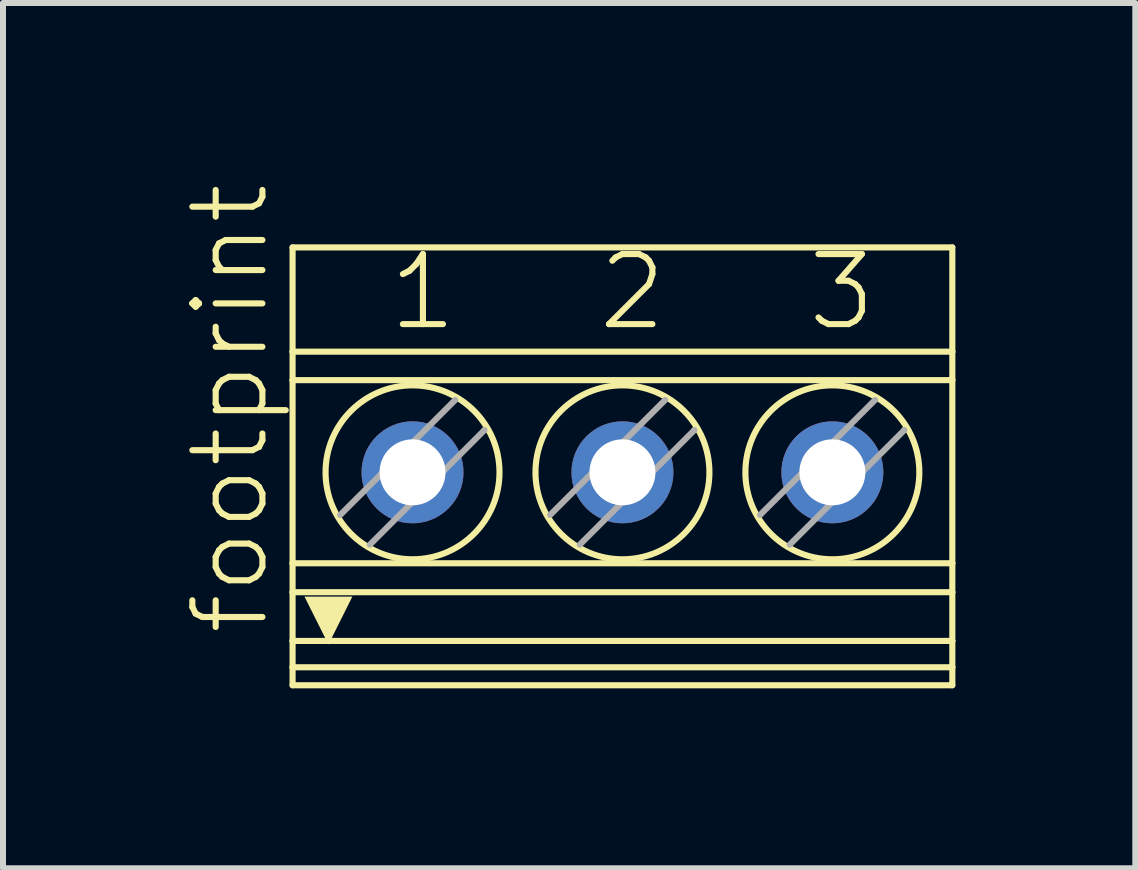
<source format=kicad_pcb>
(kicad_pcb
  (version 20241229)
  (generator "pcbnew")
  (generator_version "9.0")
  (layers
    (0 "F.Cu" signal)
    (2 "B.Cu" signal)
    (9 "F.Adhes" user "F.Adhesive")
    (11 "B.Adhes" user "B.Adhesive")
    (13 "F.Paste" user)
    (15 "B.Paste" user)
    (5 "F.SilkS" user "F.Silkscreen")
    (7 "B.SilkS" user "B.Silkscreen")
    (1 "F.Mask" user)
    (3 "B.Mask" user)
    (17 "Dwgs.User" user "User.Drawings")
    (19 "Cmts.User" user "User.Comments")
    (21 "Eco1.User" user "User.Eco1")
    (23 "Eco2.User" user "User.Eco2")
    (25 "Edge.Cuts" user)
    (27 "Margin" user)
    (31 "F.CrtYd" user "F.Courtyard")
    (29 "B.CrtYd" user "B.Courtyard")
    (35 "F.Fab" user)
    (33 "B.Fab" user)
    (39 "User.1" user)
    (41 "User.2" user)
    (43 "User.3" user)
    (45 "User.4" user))
  (footprint "footprint"
    (layer "F.Cu")
    (at 7.328 4.725)
    (property "Reference" "footprint" (at -5.855 2.857 90) (layer "F.SilkS") (effects (font (size 1.168 1.168) (thickness 0.102)) (justify left bottom)))
    (fp_line (start -5.5 -3.65) (end -5.5 -1.912) (stroke (width 0.102) (type solid)) (layer "F.SilkS"))
    (fp_line (start -5.5 -3.65) (end 5.5 -3.65) (stroke (width 0.102) (type solid)) (layer "F.SilkS"))
    (fp_line (start -5.5 -1.912) (end -5.5 -1.437) (stroke (width 0.102) (type solid)) (layer "F.SilkS"))
    (fp_line (start -5.5 -1.912) (end 5.5 -1.912) (stroke (width 0.102) (type solid)) (layer "F.SilkS"))
    (fp_line (start -5.5 1.616) (end -5.5 -1.437) (stroke (width 0.102) (type solid)) (layer "F.SilkS"))
    (fp_line (start -5.5 1.616) (end -5.5 2.099) (stroke (width 0.102) (type solid)) (layer "F.SilkS"))
    (fp_line (start -5.5 1.616) (end 5.5 1.616) (stroke (width 0.102) (type solid)) (layer "F.SilkS"))
    (fp_line (start -5.5 2.099) (end -5.5 2.911) (stroke (width 0.102) (type solid)) (layer "F.SilkS"))
    (fp_line (start -5.5 2.911) (end -5.5 3.35) (stroke (width 0.102) (type solid)) (layer "F.SilkS"))
    (fp_line (start -5.5 3.35) (end -5.5 3.65) (stroke (width 0.102) (type solid)) (layer "F.SilkS"))
    (fp_line (start -5.5 3.35) (end 5.5 3.35) (stroke (width 0.102) (type solid)) (layer "F.SilkS"))
    (fp_line (start -5.5 3.65) (end 5.5 3.65) (stroke (width 0.102) (type solid)) (layer "F.SilkS"))
    (fp_line (start -2.294 -0.611) (end -2.3 -0.605) (stroke (width 0.102) (type solid)) (layer "F.SilkS"))
    (fp_line (start 1.206 -0.611) (end 1.2 -0.605) (stroke (width 0.102) (type solid)) (layer "F.SilkS"))
    (fp_line (start 4.706 -0.611) (end 4.7 -0.605) (stroke (width 0.102) (type solid)) (layer "F.SilkS"))
    (fp_line (start 5.5 -3.65) (end 5.5 -1.912) (stroke (width 0.102) (type solid)) (layer "F.SilkS"))
    (fp_line (start 5.5 -1.437) (end -5.5 -1.437) (stroke (width 0.102) (type solid)) (layer "F.SilkS"))
    (fp_line (start 5.5 -1.437) (end 5.5 -1.912) (stroke (width 0.102) (type solid)) (layer "F.SilkS"))
    (fp_line (start 5.5 1.616) (end 5.5 -1.437) (stroke (width 0.102) (type solid)) (layer "F.SilkS"))
    (fp_line (start 5.5 1.616) (end 5.5 2.099) (stroke (width 0.102) (type solid)) (layer "F.SilkS"))
    (fp_line (start 5.5 2.099) (end -5.5 2.099) (stroke (width 0.102) (type solid)) (layer "F.SilkS"))
    (fp_line (start 5.5 2.099) (end 5.5 2.911) (stroke (width 0.102) (type solid)) (layer "F.SilkS"))
    (fp_line (start 5.5 2.911) (end -5.5 2.911) (stroke (width 0.102) (type solid)) (layer "F.SilkS"))
    (fp_line (start 5.5 2.911) (end 5.5 3.35) (stroke (width 0.102) (type solid)) (layer "F.SilkS"))
    (fp_line (start 5.5 3.35) (end 5.5 3.65) (stroke (width 0.102) (type solid)) (layer "F.SilkS"))
    (fp_circle (center -3.5 0.1) (end -2.05 0.1) (stroke (width 0.102) (type solid)) (fill no) (layer "F.SilkS"))
    (fp_circle (center 0 0.1) (end 1.45 0.1) (stroke (width 0.102) (type solid)) (fill no) (layer "F.SilkS"))
    (fp_circle (center 3.5 0.1) (end 4.95 0.1) (stroke (width 0.102) (type solid)) (fill no) (layer "F.SilkS"))
    (fp_poly (pts (xy -4.902 2.971) (xy -5.302 2.172) (xy -4.503 2.172)) (stroke (width 0) (type solid)) (fill yes) (layer "F.SilkS"))
    (fp_line (start -4.706 0.811) (end -2.789 -1.106) (stroke (width 0.102) (type solid)) (layer "F.Fab"))
    (fp_line (start -2.3 -0.605) (end -4.211 1.306) (stroke (width 0.102) (type solid)) (layer "F.Fab"))
    (fp_line (start -1.206 0.811) (end 0.711 -1.106) (stroke (width 0.102) (type solid)) (layer "F.Fab"))
    (fp_line (start 1.2 -0.605) (end -0.711 1.306) (stroke (width 0.102) (type solid)) (layer "F.Fab"))
    (fp_line (start 2.294 0.811) (end 4.211 -1.106) (stroke (width 0.102) (type solid)) (layer "F.Fab"))
    (fp_line (start 4.7 -0.605) (end 2.789 1.306) (stroke (width 0.102) (type solid)) (layer "F.Fab"))
    (fp_text user "3" (at 3.035 -2.223 0) (layer "F.SilkS") (effects (font (size 1.168 1.168) (thickness 0.102)) (justify left bottom)))
    (fp_text user "1" (at -3.95 -2.223 0) (layer "F.SilkS") (effects (font (size 1.168 1.168) (thickness 0.102)) (justify left bottom)))
    (fp_text user "2" (at -0.458 -2.223 0) (layer "F.SilkS") (effects (font (size 1.168 1.168) (thickness 0.102)) (justify left bottom)))
    (pad "1" thru_hole circle (at -3.5 0.1 90) (size 1.7 1.7) (drill 1.1) (layers "*.Cu" "*.Mask"))
    (pad "2" thru_hole circle (at 0 0.1 90) (size 1.7 1.7) (drill 1.1) (layers "*.Cu" "*.Mask"))
    (pad "3" thru_hole circle (at 3.5 0.1 90) (size 1.7 1.7) (drill 1.1) (layers "*.Cu" "*.Mask")))
  (gr_rect
    (start -3 -3)
    (end 15.879 11.426)
    (stroke (width 0.1) (type default))
    (fill no)
    (layer "Edge.Cuts")))
</source>
